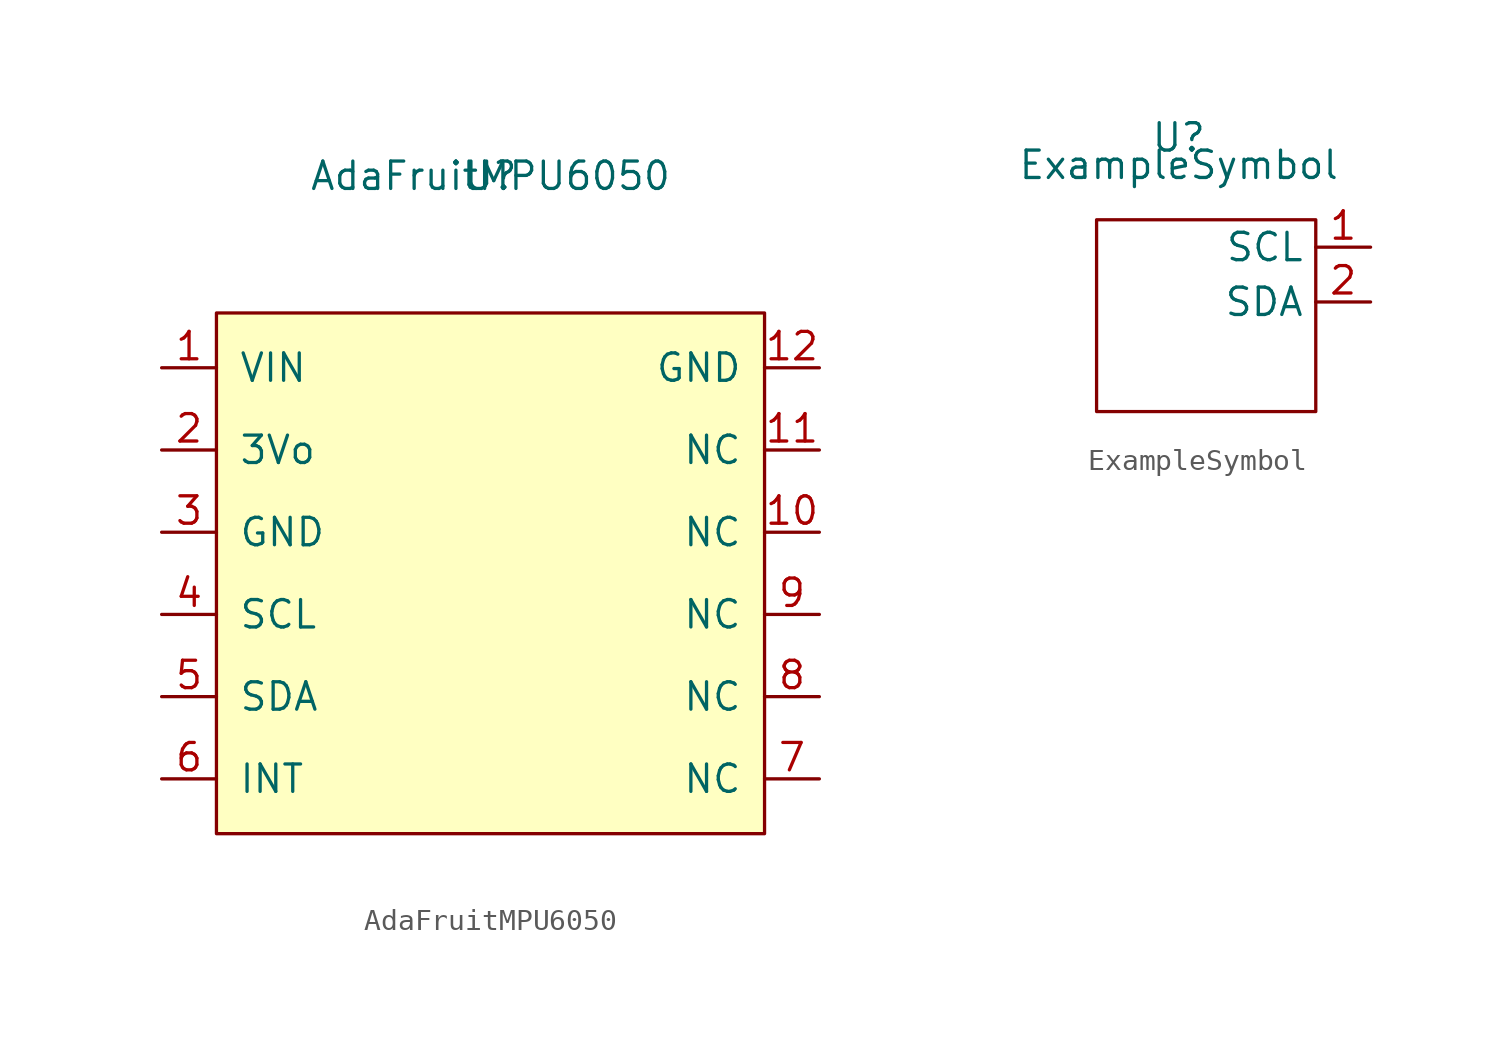
<source format=kicad_sym>
(kicad_symbol_lib
  (version 20211014)
  (generator kicad_symbol_editor)
  (symbol "AdaFruitMPU6050"
    (pin_names
      (offset 1.016))
    (property "Reference" "U"
      (at 0 0 0)
      (effects (font (size 1.27 1.27))))
    (property "Value" "AdaFruitMPU6050"
      (at 0 0 0)
      (effects (font (size 1.27 1.27))))
    (symbol "AdaFruitMPU6050_0_1"
      (rectangle (start -12.7 -6.35) (end 12.7 -30.48) (stroke (width 0) (type default) (color 0 0 0 0)) (fill (type background))))
    (symbol "AdaFruitMPU6050_1_1"
      (pin power_in line (at -15.24 -8.89 0) (length 2.54) (name "VIN" (effects (font (size 1.27 1.27)))) (number "1" (effects (font (size 1.27 1.27)))))
      (pin input line (at 15.24 -16.51 180) (length 2.54) (name "NC" (effects (font (size 1.27 1.27)))) (number "10" (effects (font (size 1.27 1.27)))))
      (pin input line (at 15.24 -12.7 180) (length 2.54) (name "NC" (effects (font (size 1.27 1.27)))) (number "11" (effects (font (size 1.27 1.27)))))
      (pin input line (at 15.24 -8.89 180) (length 2.54) (name "GND" (effects (font (size 1.27 1.27)))) (number "12" (effects (font (size 1.27 1.27)))))
      (pin power_out line (at -15.24 -12.7 0) (length 2.54) (name "3Vo" (effects (font (size 1.27 1.27)))) (number "2" (effects (font (size 1.27 1.27)))))
      (pin input line (at -15.24 -16.51 0) (length 2.54) (name "GND" (effects (font (size 1.27 1.27)))) (number "3" (effects (font (size 1.27 1.27)))))
      (pin input line (at -15.24 -20.32 0) (length 2.54) (name "SCL" (effects (font (size 1.27 1.27)))) (number "4" (effects (font (size 1.27 1.27)))))
      (pin bidirectional line (at -15.24 -24.13 0) (length 2.54) (name "SDA" (effects (font (size 1.27 1.27)))) (number "5" (effects (font (size 1.27 1.27)))))
      (pin input line (at -15.24 -27.94 0) (length 2.54) (name "INT" (effects (font (size 1.27 1.27)))) (number "6" (effects (font (size 1.27 1.27)))))
      (pin input line (at 15.24 -27.94 180) (length 2.54) (name "NC" (effects (font (size 1.27 1.27)))) (number "7" (effects (font (size 1.27 1.27)))))
      (pin input line (at 15.24 -24.13 180) (length 2.54) (name "NC" (effects (font (size 1.27 1.27)))) (number "8" (effects (font (size 1.27 1.27)))))
      (pin input line (at 15.24 -20.32 180) (length 2.54) (name "NC" (effects (font (size 1.27 1.27)))) (number "9" (effects (font (size 1.27 1.27)))))))
  (symbol "ExampleSymbol"
    (property "Reference" "U"
      (at 0 0 0)
      (effects (font (size 1.27 1.27))))
    (property "Value" "ExampleSymbol"
      (at 0 -1.27 0)
      (effects (font (size 1.27 1.27))))
    (symbol "ExampleSymbol_0_1"
      (rectangle (start -3.81 -3.81) (end 6.35 -12.7) (stroke (width 0) (type default) (color 0 0 0 0)) (fill (type none))))
    (symbol "ExampleSymbol_1_1"
      (pin bidirectional line (at 8.89 -5.08 180) (length 2.54) (name "SCL" (effects (font (size 1.27 1.27)))) (number "1" (effects (font (size 1.27 1.27)))))
      (pin bidirectional line (at 8.89 -7.62 180) (length 2.54) (name "SDA" (effects (font (size 1.27 1.27)))) (number "2" (effects (font (size 1.27 1.27))))))))
</source>
